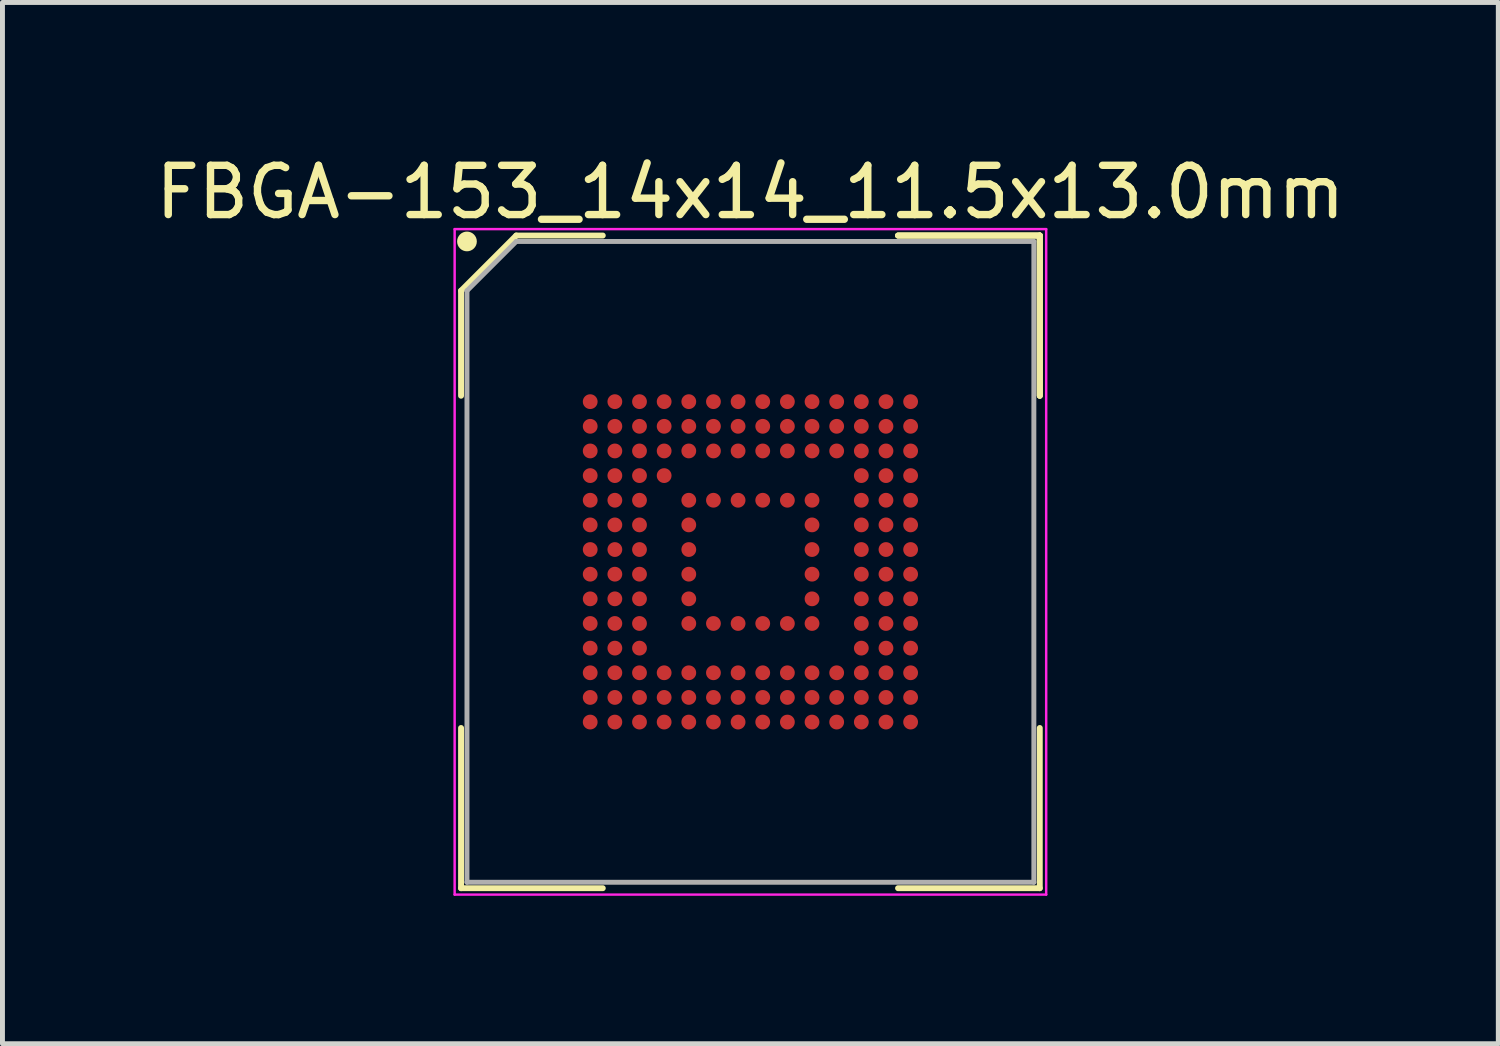
<source format=kicad_pcb>
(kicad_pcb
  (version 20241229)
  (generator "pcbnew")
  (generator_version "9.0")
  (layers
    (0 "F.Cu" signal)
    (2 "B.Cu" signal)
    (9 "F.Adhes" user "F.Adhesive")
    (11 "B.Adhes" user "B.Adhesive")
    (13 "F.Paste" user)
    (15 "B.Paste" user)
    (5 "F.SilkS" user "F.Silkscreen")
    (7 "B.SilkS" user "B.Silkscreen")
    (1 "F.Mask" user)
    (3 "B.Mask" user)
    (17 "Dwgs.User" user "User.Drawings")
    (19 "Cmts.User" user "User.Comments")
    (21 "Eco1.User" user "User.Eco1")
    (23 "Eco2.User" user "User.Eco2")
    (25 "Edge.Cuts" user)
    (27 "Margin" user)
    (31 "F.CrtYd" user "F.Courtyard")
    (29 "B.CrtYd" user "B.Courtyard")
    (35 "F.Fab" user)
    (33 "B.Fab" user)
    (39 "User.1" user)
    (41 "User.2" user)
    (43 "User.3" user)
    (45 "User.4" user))
  (footprint "FBGA-153_14x14_11.5x13.0mm"
    (layer "F.Cu")
    (at 12.173 8.348)
    (property "Reference" "FBGA-153_14x14_11.5x13.0mm" (at 0 -7.5 0) (layer "F.SilkS") (effects (font (size 1 1) (thickness 0.15))))
    (attr smd)
    (fp_line (start -5.87 -5.5) (end -5.87 -3.37) (stroke (width 0.12) (type solid)) (layer "F.SilkS"))
    (fp_line (start -5.87 6.62) (end -5.87 3.37) (stroke (width 0.12) (type solid)) (layer "F.SilkS"))
    (fp_line (start -4.75 -6.62) (end -5.87 -5.5) (stroke (width 0.12) (type solid)) (layer "F.SilkS"))
    (fp_line (start -2.995 -6.62) (end -4.75 -6.62) (stroke (width 0.12) (type solid)) (layer "F.SilkS"))
    (fp_line (start -2.995 6.62) (end -5.87 6.62) (stroke (width 0.12) (type solid)) (layer "F.SilkS"))
    (fp_line (start 2.995 -6.62) (end 5.87 -6.62) (stroke (width 0.12) (type solid)) (layer "F.SilkS"))
    (fp_line (start 2.995 -6.62) (end 5.87 -6.62) (stroke (width 0.12) (type solid)) (layer "F.SilkS"))
    (fp_line (start 2.995 -6.62) (end 5.87 -6.62) (stroke (width 0.12) (type solid)) (layer "F.SilkS"))
    (fp_line (start 2.995 6.62) (end 5.87 6.62) (stroke (width 0.12) (type solid)) (layer "F.SilkS"))
    (fp_line (start 5.87 -6.62) (end 5.87 -3.37) (stroke (width 0.12) (type solid)) (layer "F.SilkS"))
    (fp_line (start 5.87 -6.62) (end 5.87 -3.37) (stroke (width 0.12) (type solid)) (layer "F.SilkS"))
    (fp_line (start 5.87 -6.62) (end 5.87 -3.37) (stroke (width 0.12) (type solid)) (layer "F.SilkS"))
    (fp_line (start 5.87 6.62) (end 5.87 3.37) (stroke (width 0.12) (type solid)) (layer "F.SilkS"))
    (fp_circle (center -5.75 -6.5) (end -5.75 -6.4) (stroke (width 0.2) (type solid)) (fill no) (layer "F.SilkS"))
    (fp_line (start -6 -6.75) (end 6 -6.75) (stroke (width 0.05) (type solid)) (layer "F.CrtYd"))
    (fp_line (start -6 6.75) (end -6 -6.75) (stroke (width 0.05) (type solid)) (layer "F.CrtYd"))
    (fp_line (start 6 -6.75) (end 6 6.75) (stroke (width 0.05) (type solid)) (layer "F.CrtYd"))
    (fp_line (start 6 6.75) (end -6 6.75) (stroke (width 0.05) (type solid)) (layer "F.CrtYd"))
    (fp_line (start -5.75 -5.5) (end -5.75 6.5) (stroke (width 0.1) (type solid)) (layer "F.Fab"))
    (fp_line (start -5.75 6.5) (end 5.75 6.5) (stroke (width 0.1) (type solid)) (layer "F.Fab"))
    (fp_line (start -4.75 -6.5) (end -5.75 -5.5) (stroke (width 0.1) (type solid)) (layer "F.Fab"))
    (fp_line (start 5.75 -6.5) (end -4.75 -6.5) (stroke (width 0.1) (type solid)) (layer "F.Fab"))
    (fp_line (start 5.75 6.5) (end 5.75 -6.5) (stroke (width 0.1) (type solid)) (layer "F.Fab"))
    (pad "A1" smd circle (at -3.25 -3.25) (size 0.3 0.3) (layers "F.Cu" "F.Mask" "F.Paste"))
    (pad "A2" smd circle (at -2.75 -3.25) (size 0.3 0.3) (layers "F.Cu" "F.Mask" "F.Paste"))
    (pad "A3" smd circle (at -2.25 -3.25) (size 0.3 0.3) (layers "F.Cu" "F.Mask" "F.Paste"))
    (pad "A4" smd circle (at -1.75 -3.25) (size 0.3 0.3) (layers "F.Cu" "F.Mask" "F.Paste"))
    (pad "A5" smd circle (at -1.25 -3.25) (size 0.3 0.3) (layers "F.Cu" "F.Mask" "F.Paste"))
    (pad "A6" smd circle (at -0.75 -3.25) (size 0.3 0.3) (layers "F.Cu" "F.Mask" "F.Paste"))
    (pad "A7" smd circle (at -0.25 -3.25) (size 0.3 0.3) (layers "F.Cu" "F.Mask" "F.Paste"))
    (pad "A8" smd circle (at 0.25 -3.25) (size 0.3 0.3) (layers "F.Cu" "F.Mask" "F.Paste"))
    (pad "A9" smd circle (at 0.75 -3.25) (size 0.3 0.3) (layers "F.Cu" "F.Mask" "F.Paste"))
    (pad "A10" smd circle (at 1.25 -3.25) (size 0.3 0.3) (layers "F.Cu" "F.Mask" "F.Paste"))
    (pad "A11" smd circle (at 1.75 -3.25) (size 0.3 0.3) (layers "F.Cu" "F.Mask" "F.Paste"))
    (pad "A12" smd circle (at 2.25 -3.25) (size 0.3 0.3) (layers "F.Cu" "F.Mask" "F.Paste"))
    (pad "A13" smd circle (at 2.75 -3.25) (size 0.3 0.3) (layers "F.Cu" "F.Mask" "F.Paste"))
    (pad "A14" smd circle (at 3.25 -3.25) (size 0.3 0.3) (layers "F.Cu" "F.Mask" "F.Paste"))
    (pad "B1" smd circle (at -3.25 -2.75) (size 0.3 0.3) (layers "F.Cu" "F.Mask" "F.Paste"))
    (pad "B2" smd circle (at -2.75 -2.75) (size 0.3 0.3) (layers "F.Cu" "F.Mask" "F.Paste"))
    (pad "B3" smd circle (at -2.25 -2.75) (size 0.3 0.3) (layers "F.Cu" "F.Mask" "F.Paste"))
    (pad "B4" smd circle (at -1.75 -2.75) (size 0.3 0.3) (layers "F.Cu" "F.Mask" "F.Paste"))
    (pad "B5" smd circle (at -1.25 -2.75) (size 0.3 0.3) (layers "F.Cu" "F.Mask" "F.Paste"))
    (pad "B6" smd circle (at -0.75 -2.75) (size 0.3 0.3) (layers "F.Cu" "F.Mask" "F.Paste"))
    (pad "B7" smd circle (at -0.25 -2.75) (size 0.3 0.3) (layers "F.Cu" "F.Mask" "F.Paste"))
    (pad "B8" smd circle (at 0.25 -2.75) (size 0.3 0.3) (layers "F.Cu" "F.Mask" "F.Paste"))
    (pad "B9" smd circle (at 0.75 -2.75) (size 0.3 0.3) (layers "F.Cu" "F.Mask" "F.Paste"))
    (pad "B10" smd circle (at 1.25 -2.75) (size 0.3 0.3) (layers "F.Cu" "F.Mask" "F.Paste"))
    (pad "B11" smd circle (at 1.75 -2.75) (size 0.3 0.3) (layers "F.Cu" "F.Mask" "F.Paste"))
    (pad "B12" smd circle (at 2.25 -2.75) (size 0.3 0.3) (layers "F.Cu" "F.Mask" "F.Paste"))
    (pad "B13" smd circle (at 2.75 -2.75) (size 0.3 0.3) (layers "F.Cu" "F.Mask" "F.Paste"))
    (pad "B14" smd circle (at 3.25 -2.75) (size 0.3 0.3) (layers "F.Cu" "F.Mask" "F.Paste"))
    (pad "C1" smd circle (at -3.25 -2.25) (size 0.3 0.3) (layers "F.Cu" "F.Mask" "F.Paste"))
    (pad "C2" smd circle (at -2.75 -2.25) (size 0.3 0.3) (layers "F.Cu" "F.Mask" "F.Paste"))
    (pad "C3" smd circle (at -2.25 -2.25) (size 0.3 0.3) (layers "F.Cu" "F.Mask" "F.Paste"))
    (pad "C4" smd circle (at -1.75 -2.25) (size 0.3 0.3) (layers "F.Cu" "F.Mask" "F.Paste"))
    (pad "C5" smd circle (at -1.25 -2.25) (size 0.3 0.3) (layers "F.Cu" "F.Mask" "F.Paste"))
    (pad "C6" smd circle (at -0.75 -2.25) (size 0.3 0.3) (layers "F.Cu" "F.Mask" "F.Paste"))
    (pad "C7" smd circle (at -0.25 -2.25) (size 0.3 0.3) (layers "F.Cu" "F.Mask" "F.Paste"))
    (pad "C8" smd circle (at 0.25 -2.25) (size 0.3 0.3) (layers "F.Cu" "F.Mask" "F.Paste"))
    (pad "C9" smd circle (at 0.75 -2.25) (size 0.3 0.3) (layers "F.Cu" "F.Mask" "F.Paste"))
    (pad "C10" smd circle (at 1.25 -2.25) (size 0.3 0.3) (layers "F.Cu" "F.Mask" "F.Paste"))
    (pad "C11" smd circle (at 1.75 -2.25) (size 0.3 0.3) (layers "F.Cu" "F.Mask" "F.Paste"))
    (pad "C12" smd circle (at 2.25 -2.25) (size 0.3 0.3) (layers "F.Cu" "F.Mask" "F.Paste"))
    (pad "C13" smd circle (at 2.75 -2.25) (size 0.3 0.3) (layers "F.Cu" "F.Mask" "F.Paste"))
    (pad "C14" smd circle (at 3.25 -2.25) (size 0.3 0.3) (layers "F.Cu" "F.Mask" "F.Paste"))
    (pad "D1" smd circle (at -3.25 -1.75) (size 0.3 0.3) (layers "F.Cu" "F.Mask" "F.Paste"))
    (pad "D2" smd circle (at -2.75 -1.75) (size 0.3 0.3) (layers "F.Cu" "F.Mask" "F.Paste"))
    (pad "D3" smd circle (at -2.25 -1.75) (size 0.3 0.3) (layers "F.Cu" "F.Mask" "F.Paste"))
    (pad "D4" smd circle (at -1.75 -1.75) (size 0.3 0.3) (layers "F.Cu" "F.Mask" "F.Paste"))
    (pad "D12" smd circle (at 2.25 -1.75) (size 0.3 0.3) (layers "F.Cu" "F.Mask" "F.Paste"))
    (pad "D13" smd circle (at 2.75 -1.75) (size 0.3 0.3) (layers "F.Cu" "F.Mask" "F.Paste"))
    (pad "D14" smd circle (at 3.25 -1.75) (size 0.3 0.3) (layers "F.Cu" "F.Mask" "F.Paste"))
    (pad "E1" smd circle (at -3.25 -1.25) (size 0.3 0.3) (layers "F.Cu" "F.Mask" "F.Paste"))
    (pad "E2" smd circle (at -2.75 -1.25) (size 0.3 0.3) (layers "F.Cu" "F.Mask" "F.Paste"))
    (pad "E3" smd circle (at -2.25 -1.25) (size 0.3 0.3) (layers "F.Cu" "F.Mask" "F.Paste"))
    (pad "E5" smd circle (at -1.25 -1.25) (size 0.3 0.3) (layers "F.Cu" "F.Mask" "F.Paste"))
    (pad "E6" smd circle (at -0.75 -1.25) (size 0.3 0.3) (layers "F.Cu" "F.Mask" "F.Paste"))
    (pad "E7" smd circle (at -0.25 -1.25) (size 0.3 0.3) (layers "F.Cu" "F.Mask" "F.Paste"))
    (pad "E8" smd circle (at 0.25 -1.25) (size 0.3 0.3) (layers "F.Cu" "F.Mask" "F.Paste"))
    (pad "E9" smd circle (at 0.75 -1.25) (size 0.3 0.3) (layers "F.Cu" "F.Mask" "F.Paste"))
    (pad "E10" smd circle (at 1.25 -1.25) (size 0.3 0.3) (layers "F.Cu" "F.Mask" "F.Paste"))
    (pad "E12" smd circle (at 2.25 -1.25) (size 0.3 0.3) (layers "F.Cu" "F.Mask" "F.Paste"))
    (pad "E13" smd circle (at 2.75 -1.25) (size 0.3 0.3) (layers "F.Cu" "F.Mask" "F.Paste"))
    (pad "E14" smd circle (at 3.25 -1.25) (size 0.3 0.3) (layers "F.Cu" "F.Mask" "F.Paste"))
    (pad "F1" smd circle (at -3.25 -0.75) (size 0.3 0.3) (layers "F.Cu" "F.Mask" "F.Paste"))
    (pad "F2" smd circle (at -2.75 -0.75) (size 0.3 0.3) (layers "F.Cu" "F.Mask" "F.Paste"))
    (pad "F3" smd circle (at -2.25 -0.75) (size 0.3 0.3) (layers "F.Cu" "F.Mask" "F.Paste"))
    (pad "F5" smd circle (at -1.25 -0.75) (size 0.3 0.3) (layers "F.Cu" "F.Mask" "F.Paste"))
    (pad "F10" smd circle (at 1.25 -0.75) (size 0.3 0.3) (layers "F.Cu" "F.Mask" "F.Paste"))
    (pad "F12" smd circle (at 2.25 -0.75) (size 0.3 0.3) (layers "F.Cu" "F.Mask" "F.Paste"))
    (pad "F13" smd circle (at 2.75 -0.75) (size 0.3 0.3) (layers "F.Cu" "F.Mask" "F.Paste"))
    (pad "F14" smd circle (at 3.25 -0.75) (size 0.3 0.3) (layers "F.Cu" "F.Mask" "F.Paste"))
    (pad "G1" smd circle (at -3.25 -0.25) (size 0.3 0.3) (layers "F.Cu" "F.Mask" "F.Paste"))
    (pad "G2" smd circle (at -2.75 -0.25) (size 0.3 0.3) (layers "F.Cu" "F.Mask" "F.Paste"))
    (pad "G3" smd circle (at -2.25 -0.25) (size 0.3 0.3) (layers "F.Cu" "F.Mask" "F.Paste"))
    (pad "G5" smd circle (at -1.25 -0.25) (size 0.3 0.3) (layers "F.Cu" "F.Mask" "F.Paste"))
    (pad "G10" smd circle (at 1.25 -0.25) (size 0.3 0.3) (layers "F.Cu" "F.Mask" "F.Paste"))
    (pad "G12" smd circle (at 2.25 -0.25) (size 0.3 0.3) (layers "F.Cu" "F.Mask" "F.Paste"))
    (pad "G13" smd circle (at 2.75 -0.25) (size 0.3 0.3) (layers "F.Cu" "F.Mask" "F.Paste"))
    (pad "G14" smd circle (at 3.25 -0.25) (size 0.3 0.3) (layers "F.Cu" "F.Mask" "F.Paste"))
    (pad "H1" smd circle (at -3.25 0.25) (size 0.3 0.3) (layers "F.Cu" "F.Mask" "F.Paste"))
    (pad "H2" smd circle (at -2.75 0.25) (size 0.3 0.3) (layers "F.Cu" "F.Mask" "F.Paste"))
    (pad "H3" smd circle (at -2.25 0.25) (size 0.3 0.3) (layers "F.Cu" "F.Mask" "F.Paste"))
    (pad "H5" smd circle (at -1.25 0.25) (size 0.3 0.3) (layers "F.Cu" "F.Mask" "F.Paste"))
    (pad "H10" smd circle (at 1.25 0.25) (size 0.3 0.3) (layers "F.Cu" "F.Mask" "F.Paste"))
    (pad "H12" smd circle (at 2.25 0.25) (size 0.3 0.3) (layers "F.Cu" "F.Mask" "F.Paste"))
    (pad "H13" smd circle (at 2.75 0.25) (size 0.3 0.3) (layers "F.Cu" "F.Mask" "F.Paste"))
    (pad "H14" smd circle (at 3.25 0.25) (size 0.3 0.3) (layers "F.Cu" "F.Mask" "F.Paste"))
    (pad "J1" smd circle (at -3.25 0.75) (size 0.3 0.3) (layers "F.Cu" "F.Mask" "F.Paste"))
    (pad "J2" smd circle (at -2.75 0.75) (size 0.3 0.3) (layers "F.Cu" "F.Mask" "F.Paste"))
    (pad "J3" smd circle (at -2.25 0.75) (size 0.3 0.3) (layers "F.Cu" "F.Mask" "F.Paste"))
    (pad "J5" smd circle (at -1.25 0.75) (size 0.3 0.3) (layers "F.Cu" "F.Mask" "F.Paste"))
    (pad "J10" smd circle (at 1.25 0.75) (size 0.3 0.3) (layers "F.Cu" "F.Mask" "F.Paste"))
    (pad "J12" smd circle (at 2.25 0.75) (size 0.3 0.3) (layers "F.Cu" "F.Mask" "F.Paste"))
    (pad "J13" smd circle (at 2.75 0.75) (size 0.3 0.3) (layers "F.Cu" "F.Mask" "F.Paste"))
    (pad "J14" smd circle (at 3.25 0.75) (size 0.3 0.3) (layers "F.Cu" "F.Mask" "F.Paste"))
    (pad "K1" smd circle (at -3.25 1.25) (size 0.3 0.3) (layers "F.Cu" "F.Mask" "F.Paste"))
    (pad "K2" smd circle (at -2.75 1.25) (size 0.3 0.3) (layers "F.Cu" "F.Mask" "F.Paste"))
    (pad "K3" smd circle (at -2.25 1.25) (size 0.3 0.3) (layers "F.Cu" "F.Mask" "F.Paste"))
    (pad "K5" smd circle (at -1.25 1.25) (size 0.3 0.3) (layers "F.Cu" "F.Mask" "F.Paste"))
    (pad "K6" smd circle (at -0.75 1.25) (size 0.3 0.3) (layers "F.Cu" "F.Mask" "F.Paste"))
    (pad "K7" smd circle (at -0.25 1.25) (size 0.3 0.3) (layers "F.Cu" "F.Mask" "F.Paste"))
    (pad "K8" smd circle (at 0.25 1.25) (size 0.3 0.3) (layers "F.Cu" "F.Mask" "F.Paste"))
    (pad "K9" smd circle (at 0.75 1.25) (size 0.3 0.3) (layers "F.Cu" "F.Mask" "F.Paste"))
    (pad "K10" smd circle (at 1.25 1.25) (size 0.3 0.3) (layers "F.Cu" "F.Mask" "F.Paste"))
    (pad "K12" smd circle (at 2.25 1.25) (size 0.3 0.3) (layers "F.Cu" "F.Mask" "F.Paste"))
    (pad "K13" smd circle (at 2.75 1.25) (size 0.3 0.3) (layers "F.Cu" "F.Mask" "F.Paste"))
    (pad "K14" smd circle (at 3.25 1.25) (size 0.3 0.3) (layers "F.Cu" "F.Mask" "F.Paste"))
    (pad "L1" smd circle (at -3.25 1.75) (size 0.3 0.3) (layers "F.Cu" "F.Mask" "F.Paste"))
    (pad "L2" smd circle (at -2.75 1.75) (size 0.3 0.3) (layers "F.Cu" "F.Mask" "F.Paste"))
    (pad "L3" smd circle (at -2.25 1.75) (size 0.3 0.3) (layers "F.Cu" "F.Mask" "F.Paste"))
    (pad "L12" smd circle (at 2.25 1.75) (size 0.3 0.3) (layers "F.Cu" "F.Mask" "F.Paste"))
    (pad "L13" smd circle (at 2.75 1.75) (size 0.3 0.3) (layers "F.Cu" "F.Mask" "F.Paste"))
    (pad "L14" smd circle (at 3.25 1.75) (size 0.3 0.3) (layers "F.Cu" "F.Mask" "F.Paste"))
    (pad "M1" smd circle (at -3.25 2.25) (size 0.3 0.3) (layers "F.Cu" "F.Mask" "F.Paste"))
    (pad "M2" smd circle (at -2.75 2.25) (size 0.3 0.3) (layers "F.Cu" "F.Mask" "F.Paste"))
    (pad "M3" smd circle (at -2.25 2.25) (size 0.3 0.3) (layers "F.Cu" "F.Mask" "F.Paste"))
    (pad "M4" smd circle (at -1.75 2.25) (size 0.3 0.3) (layers "F.Cu" "F.Mask" "F.Paste"))
    (pad "M5" smd circle (at -1.25 2.25) (size 0.3 0.3) (layers "F.Cu" "F.Mask" "F.Paste"))
    (pad "M6" smd circle (at -0.75 2.25) (size 0.3 0.3) (layers "F.Cu" "F.Mask" "F.Paste"))
    (pad "M7" smd circle (at -0.25 2.25) (size 0.3 0.3) (layers "F.Cu" "F.Mask" "F.Paste"))
    (pad "M8" smd circle (at 0.25 2.25) (size 0.3 0.3) (layers "F.Cu" "F.Mask" "F.Paste"))
    (pad "M9" smd circle (at 0.75 2.25) (size 0.3 0.3) (layers "F.Cu" "F.Mask" "F.Paste"))
    (pad "M10" smd circle (at 1.25 2.25) (size 0.3 0.3) (layers "F.Cu" "F.Mask" "F.Paste"))
    (pad "M11" smd circle (at 1.75 2.25) (size 0.3 0.3) (layers "F.Cu" "F.Mask" "F.Paste"))
    (pad "M12" smd circle (at 2.25 2.25) (size 0.3 0.3) (layers "F.Cu" "F.Mask" "F.Paste"))
    (pad "M13" smd circle (at 2.75 2.25) (size 0.3 0.3) (layers "F.Cu" "F.Mask" "F.Paste"))
    (pad "M14" smd circle (at 3.25 2.25) (size 0.3 0.3) (layers "F.Cu" "F.Mask" "F.Paste"))
    (pad "N1" smd circle (at -3.25 2.75) (size 0.3 0.3) (layers "F.Cu" "F.Mask" "F.Paste"))
    (pad "N2" smd circle (at -2.75 2.75) (size 0.3 0.3) (layers "F.Cu" "F.Mask" "F.Paste"))
    (pad "N3" smd circle (at -2.25 2.75) (size 0.3 0.3) (layers "F.Cu" "F.Mask" "F.Paste"))
    (pad "N4" smd circle (at -1.75 2.75) (size 0.3 0.3) (layers "F.Cu" "F.Mask" "F.Paste"))
    (pad "N5" smd circle (at -1.25 2.75) (size 0.3 0.3) (layers "F.Cu" "F.Mask" "F.Paste"))
    (pad "N6" smd circle (at -0.75 2.75) (size 0.3 0.3) (layers "F.Cu" "F.Mask" "F.Paste"))
    (pad "N7" smd circle (at -0.25 2.75) (size 0.3 0.3) (layers "F.Cu" "F.Mask" "F.Paste"))
    (pad "N8" smd circle (at 0.25 2.75) (size 0.3 0.3) (layers "F.Cu" "F.Mask" "F.Paste"))
    (pad "N9" smd circle (at 0.75 2.75) (size 0.3 0.3) (layers "F.Cu" "F.Mask" "F.Paste"))
    (pad "N10" smd circle (at 1.25 2.75) (size 0.3 0.3) (layers "F.Cu" "F.Mask" "F.Paste"))
    (pad "N11" smd circle (at 1.75 2.75) (size 0.3 0.3) (layers "F.Cu" "F.Mask" "F.Paste"))
    (pad "N12" smd circle (at 2.25 2.75) (size 0.3 0.3) (layers "F.Cu" "F.Mask" "F.Paste"))
    (pad "N13" smd circle (at 2.75 2.75) (size 0.3 0.3) (layers "F.Cu" "F.Mask" "F.Paste"))
    (pad "N14" smd circle (at 3.25 2.75) (size 0.3 0.3) (layers "F.Cu" "F.Mask" "F.Paste"))
    (pad "P1" smd circle (at -3.25 3.25) (size 0.3 0.3) (layers "F.Cu" "F.Mask" "F.Paste"))
    (pad "P2" smd circle (at -2.75 3.25) (size 0.3 0.3) (layers "F.Cu" "F.Mask" "F.Paste"))
    (pad "P3" smd circle (at -2.25 3.25) (size 0.3 0.3) (layers "F.Cu" "F.Mask" "F.Paste"))
    (pad "P4" smd circle (at -1.75 3.25) (size 0.3 0.3) (layers "F.Cu" "F.Mask" "F.Paste"))
    (pad "P5" smd circle (at -1.25 3.25) (size 0.3 0.3) (layers "F.Cu" "F.Mask" "F.Paste"))
    (pad "P6" smd circle (at -0.75 3.25) (size 0.3 0.3) (layers "F.Cu" "F.Mask" "F.Paste"))
    (pad "P7" smd circle (at -0.25 3.25) (size 0.3 0.3) (layers "F.Cu" "F.Mask" "F.Paste"))
    (pad "P8" smd circle (at 0.25 3.25) (size 0.3 0.3) (layers "F.Cu" "F.Mask" "F.Paste"))
    (pad "P9" smd circle (at 0.75 3.25) (size 0.3 0.3) (layers "F.Cu" "F.Mask" "F.Paste"))
    (pad "P10" smd circle (at 1.25 3.25) (size 0.3 0.3) (layers "F.Cu" "F.Mask" "F.Paste"))
    (pad "P11" smd circle (at 1.75 3.25) (size 0.3 0.3) (layers "F.Cu" "F.Mask" "F.Paste"))
    (pad "P12" smd circle (at 2.25 3.25) (size 0.3 0.3) (layers "F.Cu" "F.Mask" "F.Paste"))
    (pad "P13" smd circle (at 2.75 3.25) (size 0.3 0.3) (layers "F.Cu" "F.Mask" "F.Paste"))
    (pad "P14" smd circle (at 3.25 3.25) (size 0.3 0.3) (layers "F.Cu" "F.Mask" "F.Paste")))
  (gr_rect
    (start -3 -3)
    (end 27.345 18.123)
    (stroke (width 0.1) (type default))
    (fill no)
    (layer "Edge.Cuts")))
</source>
